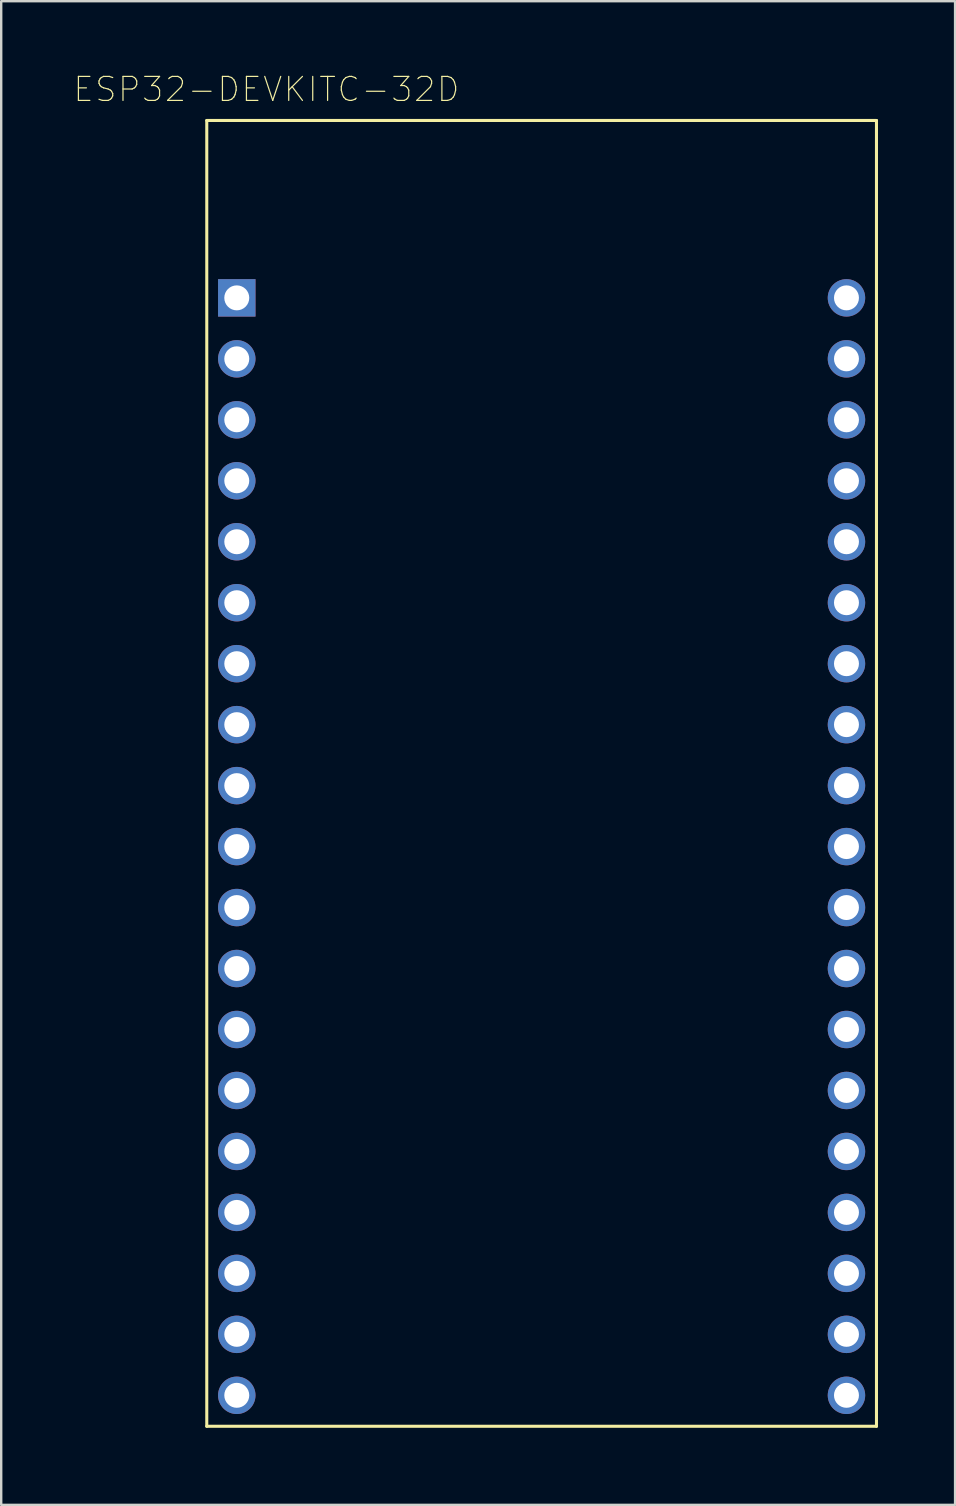
<source format=kicad_pcb>
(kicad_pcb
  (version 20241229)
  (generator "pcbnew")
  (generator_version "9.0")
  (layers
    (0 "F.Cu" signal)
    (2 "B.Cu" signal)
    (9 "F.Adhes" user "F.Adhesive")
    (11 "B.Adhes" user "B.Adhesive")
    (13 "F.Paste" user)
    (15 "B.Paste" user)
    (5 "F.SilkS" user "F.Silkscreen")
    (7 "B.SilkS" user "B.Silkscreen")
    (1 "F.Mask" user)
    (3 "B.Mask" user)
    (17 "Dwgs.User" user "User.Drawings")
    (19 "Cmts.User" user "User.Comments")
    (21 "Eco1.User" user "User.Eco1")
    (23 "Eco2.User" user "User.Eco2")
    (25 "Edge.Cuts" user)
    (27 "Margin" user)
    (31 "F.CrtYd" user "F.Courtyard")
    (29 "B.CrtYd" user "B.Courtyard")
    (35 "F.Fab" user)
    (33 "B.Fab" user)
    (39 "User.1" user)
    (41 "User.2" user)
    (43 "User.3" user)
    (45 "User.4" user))
  (footprint "ESP32-DEVKITC-32D"
    (layer "F.Cu")
    (at 19.514 29.119)
    (property "Reference" "ESP32-DEVKITC-32D" (at -11.464 -28.446 0) (layer "F.SilkS") (effects (font (size 1 1) (thickness 0.05))))
    (attr through_hole)
    (fp_line (start -13.95 -27.15) (end 13.95 -27.15) (stroke (width 0.127) (type solid)) (layer "F.SilkS"))
    (fp_line (start -13.95 27.25) (end -13.95 -27.15) (stroke (width 0.127) (type solid)) (layer "F.SilkS"))
    (fp_line (start 13.95 -27.15) (end 13.95 27.25) (stroke (width 0.127) (type solid)) (layer "F.SilkS"))
    (fp_line (start 13.95 27.25) (end -13.95 27.25) (stroke (width 0.127) (type solid)) (layer "F.SilkS"))
    (fp_line (start -14.2 -27.4) (end 14.2 -27.4) (stroke (width 0.05) (type solid)) (layer "Eco1.User"))
    (fp_line (start -14.2 27.5) (end -14.2 -27.4) (stroke (width 0.05) (type solid)) (layer "Eco1.User"))
    (fp_line (start 14.2 -27.4) (end 14.2 27.5) (stroke (width 0.05) (type solid)) (layer "Eco1.User"))
    (fp_line (start 14.2 27.5) (end -14.2 27.5) (stroke (width 0.05) (type solid)) (layer "Eco1.User"))
    (fp_line (start -13.95 -27.15) (end 13.95 -27.15) (stroke (width 0.127) (type solid)) (layer "Eco2.User"))
    (fp_line (start -13.95 27.25) (end -13.95 -27.15) (stroke (width 0.127) (type solid)) (layer "Eco2.User"))
    (fp_line (start 13.95 -27.15) (end 13.95 27.25) (stroke (width 0.127) (type solid)) (layer "Eco2.User"))
    (fp_line (start 13.95 27.25) (end -13.95 27.25) (stroke (width 0.127) (type solid)) (layer "Eco2.User"))
    (fp_circle (center -14.6 -19.9) (end -14.46 -19.9) (stroke (width 0.28) (type solid)) (fill no) (layer "Eco2.User"))
    (fp_circle (center -14.6 -19.9) (end -14.46 -19.9) (stroke (width 0.28) (type solid)) (fill no) (layer "Eco2.User"))
    (pad "1" thru_hole rect (at -12.7 -19.76) (size 1.56 1.56) (drill 1.04) (layers "*.Cu" "*.Mask"))
    (pad "2" thru_hole circle (at -12.7 -17.22) (size 1.56 1.56) (drill 1.04) (layers "*.Cu" "*.Mask"))
    (pad "3" thru_hole circle (at -12.7 -14.68) (size 1.56 1.56) (drill 1.04) (layers "*.Cu" "*.Mask"))
    (pad "4" thru_hole circle (at -12.7 -12.14) (size 1.56 1.56) (drill 1.04) (layers "*.Cu" "*.Mask"))
    (pad "5" thru_hole circle (at -12.7 -9.6) (size 1.56 1.56) (drill 1.04) (layers "*.Cu" "*.Mask"))
    (pad "6" thru_hole circle (at -12.7 -7.06) (size 1.56 1.56) (drill 1.04) (layers "*.Cu" "*.Mask"))
    (pad "7" thru_hole circle (at -12.7 -4.52) (size 1.56 1.56) (drill 1.04) (layers "*.Cu" "*.Mask"))
    (pad "8" thru_hole circle (at -12.7 -1.98) (size 1.56 1.56) (drill 1.04) (layers "*.Cu" "*.Mask"))
    (pad "9" thru_hole circle (at -12.7 0.56) (size 1.56 1.56) (drill 1.04) (layers "*.Cu" "*.Mask"))
    (pad "10" thru_hole circle (at -12.7 3.1) (size 1.56 1.56) (drill 1.04) (layers "*.Cu" "*.Mask"))
    (pad "11" thru_hole circle (at -12.7 5.64) (size 1.56 1.56) (drill 1.04) (layers "*.Cu" "*.Mask"))
    (pad "12" thru_hole circle (at -12.7 8.18) (size 1.56 1.56) (drill 1.04) (layers "*.Cu" "*.Mask"))
    (pad "13" thru_hole circle (at -12.7 10.72) (size 1.56 1.56) (drill 1.04) (layers "*.Cu" "*.Mask"))
    (pad "14" thru_hole circle (at -12.7 13.26) (size 1.56 1.56) (drill 1.04) (layers "*.Cu" "*.Mask"))
    (pad "15" thru_hole circle (at -12.7 15.8) (size 1.56 1.56) (drill 1.04) (layers "*.Cu" "*.Mask"))
    (pad "16" thru_hole circle (at -12.7 18.34) (size 1.56 1.56) (drill 1.04) (layers "*.Cu" "*.Mask"))
    (pad "17" thru_hole circle (at -12.7 20.88) (size 1.56 1.56) (drill 1.04) (layers "*.Cu" "*.Mask"))
    (pad "18" thru_hole circle (at -12.7 23.42) (size 1.56 1.56) (drill 1.04) (layers "*.Cu" "*.Mask"))
    (pad "19" thru_hole circle (at -12.7 25.96) (size 1.56 1.56) (drill 1.04) (layers "*.Cu" "*.Mask"))
    (pad "20" thru_hole circle (at 12.7 -19.76) (size 1.56 1.56) (drill 1.04) (layers "*.Cu" "*.Mask"))
    (pad "21" thru_hole circle (at 12.7 -17.22) (size 1.56 1.56) (drill 1.04) (layers "*.Cu" "*.Mask"))
    (pad "22" thru_hole circle (at 12.7 -14.68) (size 1.56 1.56) (drill 1.04) (layers "*.Cu" "*.Mask"))
    (pad "23" thru_hole circle (at 12.7 -12.14) (size 1.56 1.56) (drill 1.04) (layers "*.Cu" "*.Mask"))
    (pad "24" thru_hole circle (at 12.7 -9.6) (size 1.56 1.56) (drill 1.04) (layers "*.Cu" "*.Mask"))
    (pad "25" thru_hole circle (at 12.7 -7.06) (size 1.56 1.56) (drill 1.04) (layers "*.Cu" "*.Mask"))
    (pad "26" thru_hole circle (at 12.7 -4.52) (size 1.56 1.56) (drill 1.04) (layers "*.Cu" "*.Mask"))
    (pad "27" thru_hole circle (at 12.7 -1.98) (size 1.56 1.56) (drill 1.04) (layers "*.Cu" "*.Mask"))
    (pad "28" thru_hole circle (at 12.7 0.56) (size 1.56 1.56) (drill 1.04) (layers "*.Cu" "*.Mask"))
    (pad "29" thru_hole circle (at 12.7 3.1) (size 1.56 1.56) (drill 1.04) (layers "*.Cu" "*.Mask"))
    (pad "30" thru_hole circle (at 12.7 5.64) (size 1.56 1.56) (drill 1.04) (layers "*.Cu" "*.Mask"))
    (pad "31" thru_hole circle (at 12.7 8.18) (size 1.56 1.56) (drill 1.04) (layers "*.Cu" "*.Mask"))
    (pad "32" thru_hole circle (at 12.7 10.72) (size 1.56 1.56) (drill 1.04) (layers "*.Cu" "*.Mask"))
    (pad "33" thru_hole circle (at 12.7 13.26) (size 1.56 1.56) (drill 1.04) (layers "*.Cu" "*.Mask"))
    (pad "34" thru_hole circle (at 12.7 15.8) (size 1.56 1.56) (drill 1.04) (layers "*.Cu" "*.Mask"))
    (pad "35" thru_hole circle (at 12.7 18.34) (size 1.56 1.56) (drill 1.04) (layers "*.Cu" "*.Mask"))
    (pad "36" thru_hole circle (at 12.7 20.88) (size 1.56 1.56) (drill 1.04) (layers "*.Cu" "*.Mask"))
    (pad "37" thru_hole circle (at 12.7 23.42) (size 1.56 1.56) (drill 1.04) (layers "*.Cu" "*.Mask"))
    (pad "38" thru_hole circle (at 12.7 25.96) (size 1.56 1.56) (drill 1.04) (layers "*.Cu" "*.Mask")))
  (gr_rect
    (start -3 -3)
    (end 36.739 59.644)
    (stroke (width 0.1) (type default))
    (fill no)
    (layer "Edge.Cuts")))
</source>
